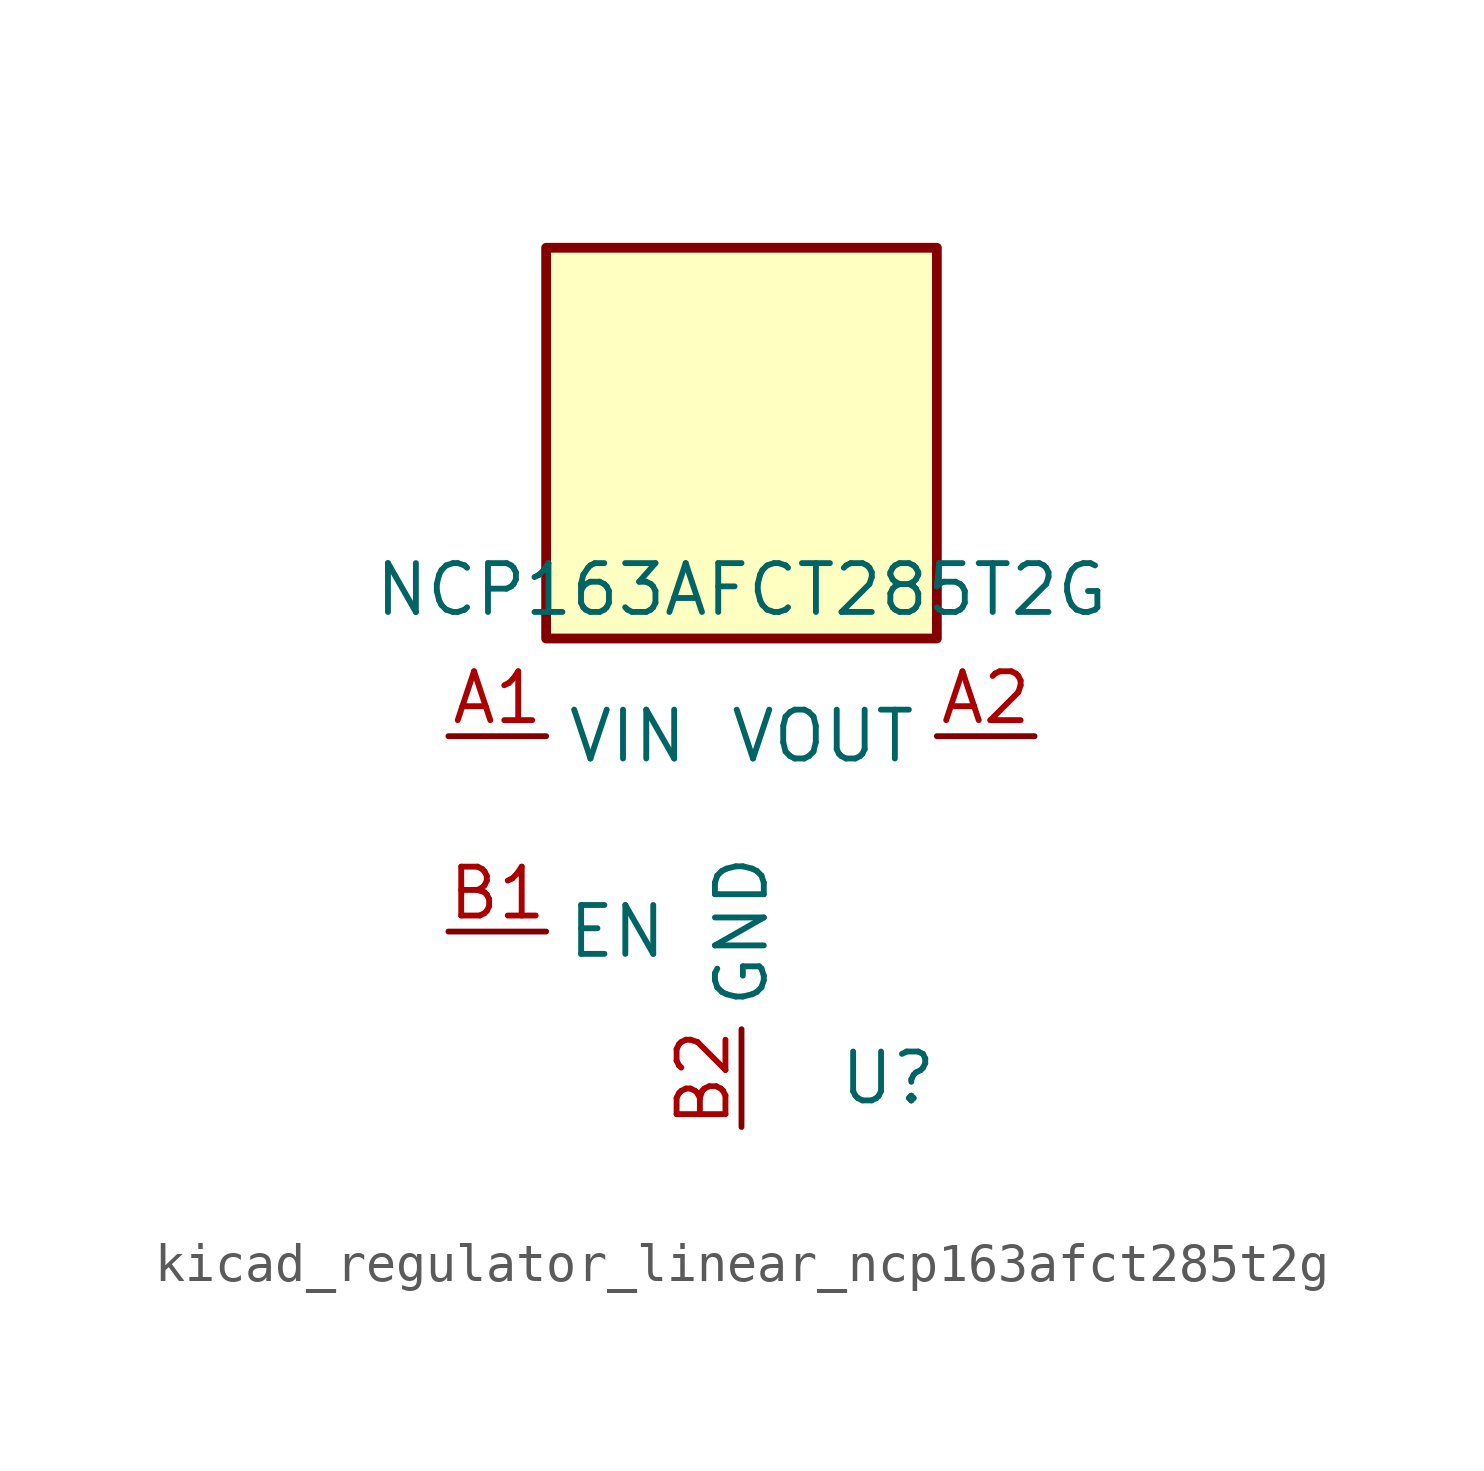
<source format=kicad_sym>
(kicad_symbol_lib
  (version 20220914)
  (generator kicad_symbol_editor)
  (symbol "kicad_regulator_linear_ncp163afct285t2g"
    (property "Reference" "U"
      (at 3.81 -6.35 0)
      (effects (font (size 1.27 1.27))))
    (property "Value" "NCP163AFCT285T2G"
      (at 0 6.35 0)
      (effects (font (size 1.27 1.27))))
    (symbol "kicad_regulator_linear_ncp163afct285t2g_0_1"
      (rectangle (start 5.08 15.24) (end -5.08 5.08) (stroke (width 0.254) (type default)) (fill (type background))))
    (symbol "kicad_regulator_linear_ncp163afct285t2g_1_1"
      (pin power_in line (at -7.62 2.54 0) (length 2.54) (name "VIN" (effects (font (size 1.27 1.27)))) (number "A1" (effects (font (size 1.27 1.27)))))
      (pin power_out line (at 7.62 2.54 180) (length 2.54) (name "VOUT" (effects (font (size 1.27 1.27)))) (number "A2" (effects (font (size 1.27 1.27)))))
      (pin input line (at -7.62 -2.54 0) (length 2.54) (name "EN" (effects (font (size 1.27 1.27)))) (number "B1" (effects (font (size 1.27 1.27)))))
      (pin power_in line (at 0 -7.62 90) (length 2.54) (name "GND" (effects (font (size 1.27 1.27)))) (number "B2" (effects (font (size 1.27 1.27))))))))
</source>
